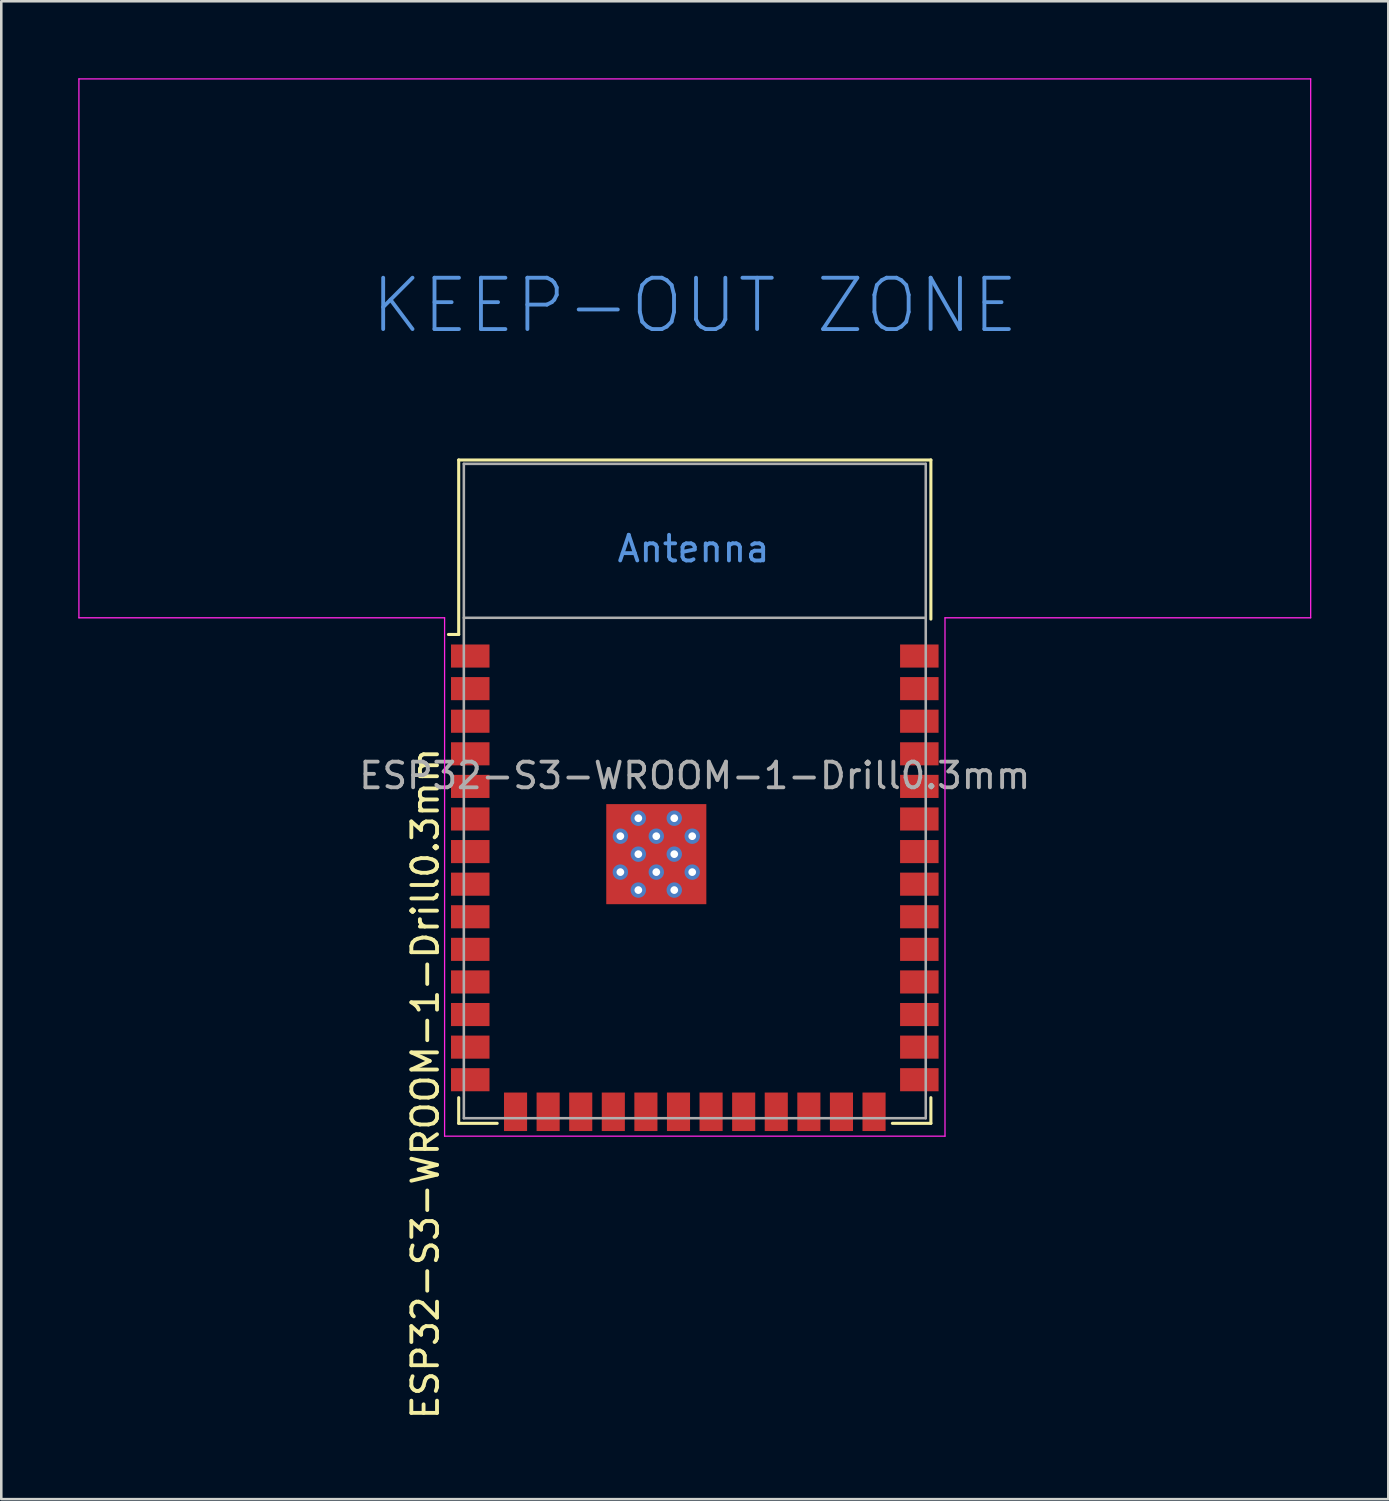
<source format=kicad_pcb>
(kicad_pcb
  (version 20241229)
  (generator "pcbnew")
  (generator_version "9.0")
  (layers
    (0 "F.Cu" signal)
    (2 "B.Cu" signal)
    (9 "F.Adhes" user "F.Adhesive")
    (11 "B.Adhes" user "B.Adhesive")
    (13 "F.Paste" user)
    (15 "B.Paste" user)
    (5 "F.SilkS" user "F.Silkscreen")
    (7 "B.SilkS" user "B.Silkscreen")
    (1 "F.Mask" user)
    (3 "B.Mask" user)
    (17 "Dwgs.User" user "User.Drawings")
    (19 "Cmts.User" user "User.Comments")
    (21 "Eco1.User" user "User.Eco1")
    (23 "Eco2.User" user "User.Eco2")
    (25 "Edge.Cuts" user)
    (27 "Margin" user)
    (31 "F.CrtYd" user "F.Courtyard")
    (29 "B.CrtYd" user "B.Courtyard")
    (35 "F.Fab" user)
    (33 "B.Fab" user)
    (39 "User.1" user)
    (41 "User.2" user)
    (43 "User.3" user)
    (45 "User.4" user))
  (footprint "ESP32-S3-WROOM-1-Drill0.3mm"
    (layer "F.Cu")
    (at 24.025 27.775)
    (property "Reference" "ESP32-S3-WROOM-1-Drill0.3mm" (at -10.5 11.4 90) (unlocked yes) (layer "F.SilkS") (effects (font (size 1 1) (thickness 0.15))))
    (attr smd)
    (fp_line (start -9.2 -12.9) (end 9.2 -12.9) (stroke (width 0.12) (type solid)) (layer "F.SilkS"))
    (fp_line (start -9.2 -6.1) (end -9.6 -6.1) (stroke (width 0.12) (type solid)) (layer "F.SilkS"))
    (fp_line (start -9.2 -6.1) (end -9.2 -12.9) (stroke (width 0.12) (type solid)) (layer "F.SilkS"))
    (fp_line (start -9.2 11.95) (end -9.2 12.95) (stroke (width 0.12) (type solid)) (layer "F.SilkS"))
    (fp_line (start -9.2 12.95) (end -7.7 12.95) (stroke (width 0.12) (type solid)) (layer "F.SilkS"))
    (fp_line (start 9.2 -12.9) (end 9.2 -6.7) (stroke (width 0.12) (type solid)) (layer "F.SilkS"))
    (fp_line (start 9.2 12.95) (end 7.7 12.95) (stroke (width 0.12) (type solid)) (layer "F.SilkS"))
    (fp_line (start 9.2 12.95) (end 9.2 11.95) (stroke (width 0.12) (type solid)) (layer "F.SilkS"))
    (fp_line (start -24 -27.75) (end -24 -6.75) (stroke (width 0.05) (type solid)) (layer "F.CrtYd"))
    (fp_line (start -24 -6.75) (end -9.75 -6.75) (stroke (width 0.05) (type solid)) (layer "F.CrtYd"))
    (fp_line (start -9.75 13.45) (end -9.75 -6.75) (stroke (width 0.05) (type solid)) (layer "F.CrtYd"))
    (fp_line (start -9.75 13.45) (end 9.75 13.45) (stroke (width 0.05) (type solid)) (layer "F.CrtYd"))
    (fp_line (start 9.75 -6.75) (end 9.75 13.45) (stroke (width 0.05) (type solid)) (layer "F.CrtYd"))
    (fp_line (start 9.75 -6.75) (end 24 -6.75) (stroke (width 0.05) (type solid)) (layer "F.CrtYd"))
    (fp_line (start 24 -27.75) (end -24 -27.75) (stroke (width 0.05) (type solid)) (layer "F.CrtYd"))
    (fp_line (start 24 -6.75) (end 24 -27.75) (stroke (width 0.05) (type solid)) (layer "F.CrtYd"))
    (fp_line (start -9 -12.75) (end 9 -12.75) (stroke (width 0.1) (type solid)) (layer "F.Fab"))
    (fp_line (start -9 -6.75) (end 9 -6.75) (stroke (width 0.1) (type solid)) (layer "F.Fab"))
    (fp_line (start -9 12.75) (end -9 -12.75) (stroke (width 0.1) (type solid)) (layer "F.Fab"))
    (fp_line (start -9 12.75) (end 9 12.75) (stroke (width 0.1) (type solid)) (layer "F.Fab"))
    (fp_line (start 9 12.75) (end 9 -12.75) (stroke (width 0.1) (type solid)) (layer "F.Fab"))
    (fp_text user "Antenna" (at -0.05 -9.44 0) (layer "Cmts.User") (effects (font (size 1 1) (thickness 0.15))))
    (fp_text user "KEEP-OUT ZONE" (at 0 -18.92 0) (layer "Cmts.User") (effects (font (size 2 2) (thickness 0.15))))
    (fp_text user "${REFERENCE}" (at 0 -0.6 0) (unlocked yes) (layer "F.Fab") (effects (font (size 1 1) (thickness 0.15))))
    (pad "" smd rect (at -2.9 1.06) (size 0.9 0.9) (layers "F.Paste"))
    (pad "" smd rect (at -2.9 2.46 270) (size 0.9 0.9) (layers "F.Paste"))
    (pad "" smd rect (at -2.9 3.86) (size 0.9 0.9) (layers "F.Paste"))
    (pad "" smd rect (at -1.5 1.06 270) (size 0.9 0.9) (layers "F.Paste"))
    (pad "" smd rect (at -1.5 2.46 270) (size 0.9 0.9) (layers "F.Paste"))
    (pad "" smd rect (at -1.5 3.86 270) (size 0.9 0.9) (layers "F.Paste"))
    (pad "" smd rect (at -0.1 1.06 270) (size 0.9 0.9) (layers "F.Paste"))
    (pad "" smd rect (at -0.1 2.46 270) (size 0.9 0.9) (layers "F.Paste"))
    (pad "" smd rect (at -0.1 3.86 270) (size 0.9 0.9) (layers "F.Paste"))
    (pad "1" smd rect (at -8.75 -5.26) (size 1.5 0.9) (layers "F.Cu" "F.Mask" "F.Paste"))
    (pad "2" smd rect (at -8.75 -3.99) (size 1.5 0.9) (layers "F.Cu" "F.Mask" "F.Paste"))
    (pad "3" smd rect (at -8.75 -2.72) (size 1.5 0.9) (layers "F.Cu" "F.Mask" "F.Paste"))
    (pad "4" smd rect (at -8.75 -1.45) (size 1.5 0.9) (layers "F.Cu" "F.Mask" "F.Paste"))
    (pad "5" smd rect (at -8.75 -0.18) (size 1.5 0.9) (layers "F.Cu" "F.Mask" "F.Paste"))
    (pad "6" smd rect (at -8.75 1.09) (size 1.5 0.9) (layers "F.Cu" "F.Mask" "F.Paste"))
    (pad "7" smd rect (at -8.75 2.36) (size 1.5 0.9) (layers "F.Cu" "F.Mask" "F.Paste"))
    (pad "8" smd rect (at -8.75 3.63) (size 1.5 0.9) (layers "F.Cu" "F.Mask" "F.Paste"))
    (pad "9" smd rect (at -8.75 4.9) (size 1.5 0.9) (layers "F.Cu" "F.Mask" "F.Paste"))
    (pad "10" smd rect (at -8.75 6.17) (size 1.5 0.9) (layers "F.Cu" "F.Mask" "F.Paste"))
    (pad "11" smd rect (at -8.75 7.44) (size 1.5 0.9) (layers "F.Cu" "F.Mask" "F.Paste"))
    (pad "12" smd rect (at -8.75 8.71) (size 1.5 0.9) (layers "F.Cu" "F.Mask" "F.Paste"))
    (pad "13" smd rect (at -8.75 9.98) (size 1.5 0.9) (layers "F.Cu" "F.Mask" "F.Paste"))
    (pad "14" smd rect (at -8.75 11.25 180) (size 1.5 0.9) (layers "F.Cu" "F.Mask" "F.Paste"))
    (pad "15" smd rect (at -6.985 12.5 270) (size 1.5 0.9) (layers "F.Cu" "F.Mask" "F.Paste"))
    (pad "16" smd rect (at -5.715 12.5 270) (size 1.5 0.9) (layers "F.Cu" "F.Mask" "F.Paste"))
    (pad "17" smd rect (at -4.445 12.5 270) (size 1.5 0.9) (layers "F.Cu" "F.Mask" "F.Paste"))
    (pad "18" smd rect (at -3.175 12.5 270) (size 1.5 0.9) (layers "F.Cu" "F.Mask" "F.Paste"))
    (pad "19" smd rect (at -1.905 12.5 270) (size 1.5 0.9) (layers "F.Cu" "F.Mask" "F.Paste"))
    (pad "20" smd rect (at -0.635 12.5 270) (size 1.5 0.9) (layers "F.Cu" "F.Mask" "F.Paste"))
    (pad "21" smd rect (at 0.635 12.5 270) (size 1.5 0.9) (layers "F.Cu" "F.Mask" "F.Paste"))
    (pad "22" smd rect (at 1.905 12.5 270) (size 1.5 0.9) (layers "F.Cu" "F.Mask" "F.Paste"))
    (pad "23" smd rect (at 3.175 12.5 270) (size 1.5 0.9) (layers "F.Cu" "F.Mask" "F.Paste"))
    (pad "24" smd rect (at 4.445 12.5 270) (size 1.5 0.9) (layers "F.Cu" "F.Mask" "F.Paste"))
    (pad "25" smd rect (at 5.715 12.5 270) (size 1.5 0.9) (layers "F.Cu" "F.Mask" "F.Paste"))
    (pad "26" smd rect (at 6.985 12.5 270) (size 1.5 0.9) (layers "F.Cu" "F.Mask" "F.Paste"))
    (pad "27" smd rect (at 8.75 11.25) (size 1.5 0.9) (layers "F.Cu" "F.Mask" "F.Paste"))
    (pad "28" smd rect (at 8.75 9.98) (size 1.5 0.9) (layers "F.Cu" "F.Mask" "F.Paste"))
    (pad "29" smd rect (at 8.75 8.71) (size 1.5 0.9) (layers "F.Cu" "F.Mask" "F.Paste"))
    (pad "30" smd rect (at 8.75 7.44) (size 1.5 0.9) (layers "F.Cu" "F.Mask" "F.Paste"))
    (pad "31" smd rect (at 8.75 6.17) (size 1.5 0.9) (layers "F.Cu" "F.Mask" "F.Paste"))
    (pad "32" smd rect (at 8.75 4.9) (size 1.5 0.9) (layers "F.Cu" "F.Mask" "F.Paste"))
    (pad "33" smd rect (at 8.75 3.63) (size 1.5 0.9) (layers "F.Cu" "F.Mask" "F.Paste"))
    (pad "34" smd rect (at 8.75 2.36) (size 1.5 0.9) (layers "F.Cu" "F.Mask" "F.Paste"))
    (pad "35" smd rect (at 8.75 1.09) (size 1.5 0.9) (layers "F.Cu" "F.Mask" "F.Paste"))
    (pad "36" smd rect (at 8.75 -0.18) (size 1.5 0.9) (layers "F.Cu" "F.Mask" "F.Paste"))
    (pad "37" smd rect (at 8.75 -1.45) (size 1.5 0.9) (layers "F.Cu" "F.Mask" "F.Paste"))
    (pad "38" smd rect (at 8.75 -2.72) (size 1.5 0.9) (layers "F.Cu" "F.Mask" "F.Paste"))
    (pad "39" smd rect (at 8.75 -3.99) (size 1.5 0.9) (layers "F.Cu" "F.Mask" "F.Paste"))
    (pad "40" smd rect (at 8.75 -5.26) (size 1.5 0.9) (layers "F.Cu" "F.Mask" "F.Paste"))
    (pad "41" thru_hole circle (at -2.9 1.76 90) (size 0.6 0.6) (drill 0.3) (property pad_prop_heatsink) (layers "*.Cu" "F.Mask"))
    (pad "41" thru_hole circle (at -2.9 3.16) (size 0.6 0.6) (drill 0.3) (property pad_prop_heatsink) (layers "*.Cu" "F.Mask"))
    (pad "41" thru_hole circle (at -2.2 1.06) (size 0.6 0.6) (drill 0.3) (property pad_prop_heatsink) (layers "*.Cu" "F.Mask"))
    (pad "41" thru_hole circle (at -2.2 2.46) (size 0.6 0.6) (drill 0.3) (property pad_prop_heatsink) (layers "*.Cu" "F.Mask"))
    (pad "41" thru_hole circle (at -2.2 3.86) (size 0.6 0.6) (drill 0.3) (property pad_prop_heatsink) (layers "*.Cu" "F.Mask"))
    (pad "41" thru_hole circle (at -1.5 1.76) (size 0.6 0.6) (drill 0.3) (property pad_prop_heatsink) (layers "*.Cu" "F.Mask"))
    (pad "41" smd rect (at -1.5 2.46 270) (size 3.9 3.9) (layers "F.Cu" "F.Mask"))
    (pad "41" thru_hole circle (at -1.5 3.16) (size 0.6 0.6) (drill 0.3) (property pad_prop_heatsink) (layers "*.Cu" "F.Mask"))
    (pad "41" thru_hole circle (at -0.8 1.06) (size 0.6 0.6) (drill 0.3) (property pad_prop_heatsink) (layers "*.Cu" "F.Mask"))
    (pad "41" thru_hole circle (at -0.8 2.46) (size 0.6 0.6) (drill 0.3) (property pad_prop_heatsink) (layers "*.Cu" "F.Mask"))
    (pad "41" thru_hole circle (at -0.8 3.86) (size 0.6 0.6) (drill 0.3) (property pad_prop_heatsink) (layers "*.Cu" "F.Mask"))
    (pad "41" thru_hole circle (at -0.1 1.76) (size 0.6 0.6) (drill 0.3) (property pad_prop_heatsink) (layers "*.Cu" "F.Mask"))
    (pad "41" thru_hole circle (at -0.1 3.16) (size 0.6 0.6) (drill 0.3) (property pad_prop_heatsink) (layers "*.Cu" "F.Mask"))
    (zone (net_name "") (layers "F.Cu" "B.Cu") (hatch full 0.508) (connect_pads) (min_thickness 0.254) (filled_areas_thickness no) (keepout (tracks not_allowed) (vias not_allowed) (pads not_allowed) (copperpour not_allowed) (footprints not_allowed)) (placement (enabled no)) (fill) (polygon (pts (xy 0.025 21.025) (xy 48.025 21.025) (xy 48.025 0.025) (xy 0.025 0.025)))))
  (gr_rect
    (start -3 -3)
    (end 51.05 55.371)
    (stroke (width 0.1) (type default))
    (fill no)
    (layer "Edge.Cuts")))
</source>
